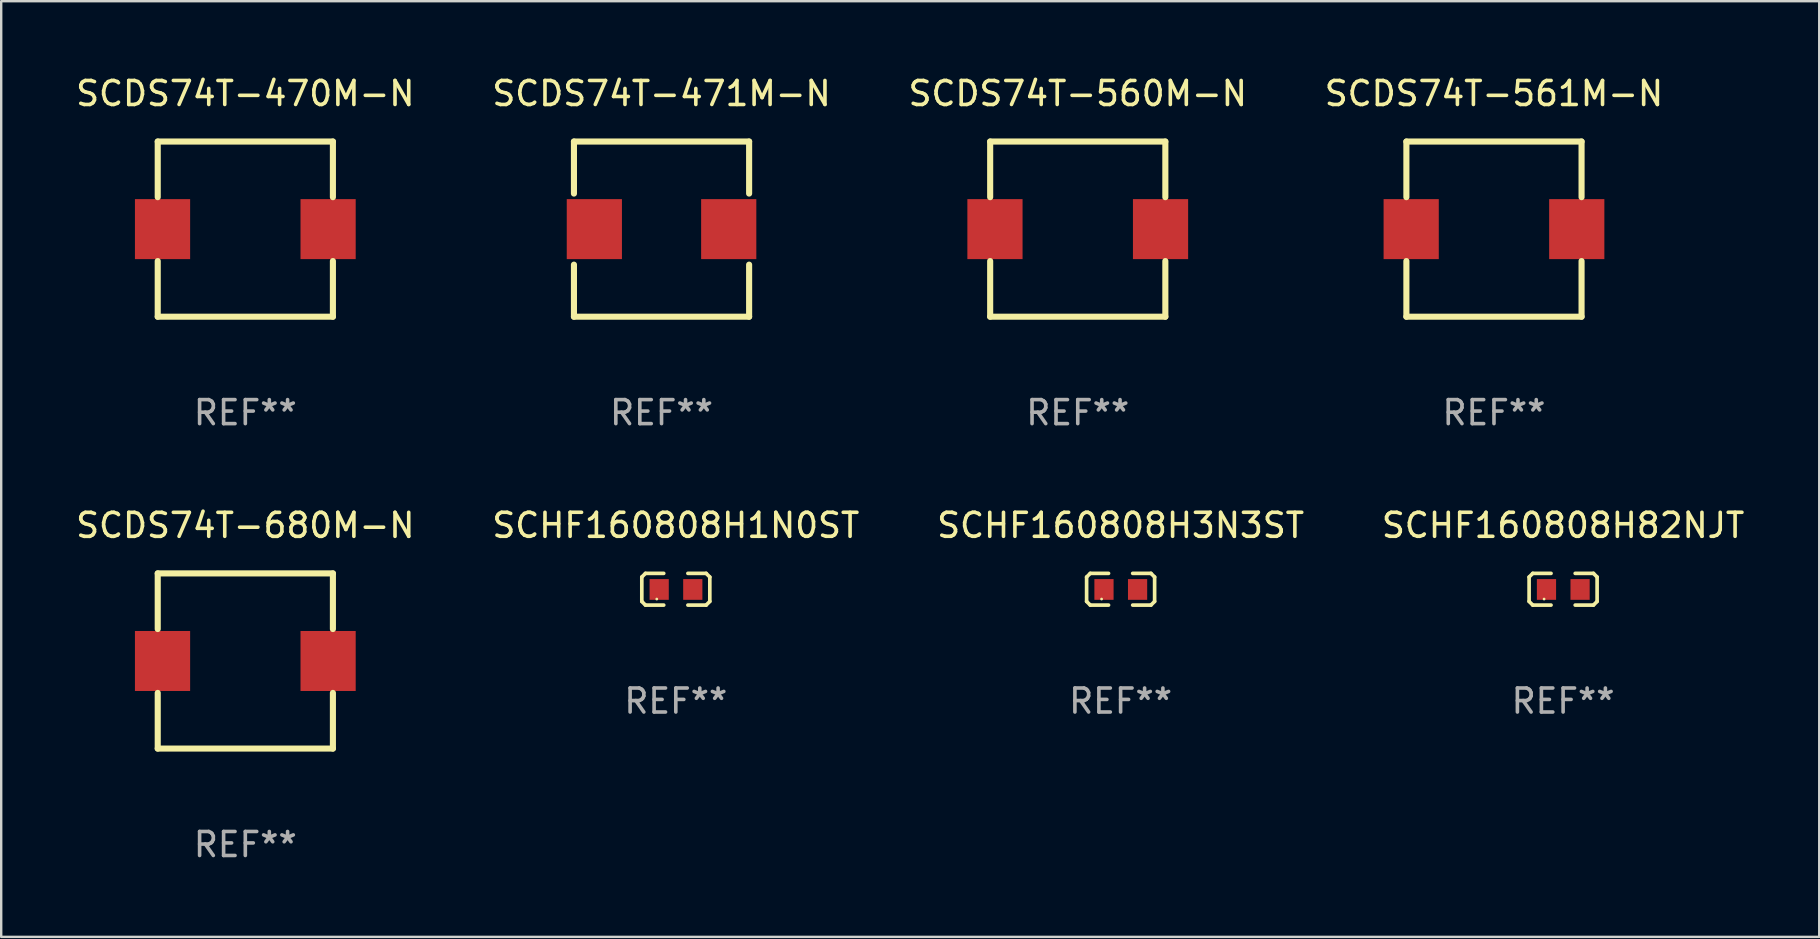
<source format=kicad_pcb>
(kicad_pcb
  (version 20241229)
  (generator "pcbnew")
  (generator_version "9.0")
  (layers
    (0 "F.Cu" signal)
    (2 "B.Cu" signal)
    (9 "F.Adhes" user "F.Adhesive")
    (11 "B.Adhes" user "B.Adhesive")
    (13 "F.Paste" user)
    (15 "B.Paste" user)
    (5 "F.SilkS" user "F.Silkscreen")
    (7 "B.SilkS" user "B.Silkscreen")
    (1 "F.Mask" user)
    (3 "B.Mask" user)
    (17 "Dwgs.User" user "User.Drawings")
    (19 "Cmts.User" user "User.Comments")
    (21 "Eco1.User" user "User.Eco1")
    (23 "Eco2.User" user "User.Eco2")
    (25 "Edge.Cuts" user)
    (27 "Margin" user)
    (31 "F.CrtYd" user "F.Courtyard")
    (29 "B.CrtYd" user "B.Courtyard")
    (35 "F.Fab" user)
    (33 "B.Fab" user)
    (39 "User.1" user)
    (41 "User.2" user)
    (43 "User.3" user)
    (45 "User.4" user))
  (footprint "SCDS74T-470M-N"
    (layer "F.Cu")
    (at 7.173 6.498)
    (property "Reference" "SCDS74T-470M-N" (at 0 -5.65 0) (layer "F.SilkS") (effects (font (size 1 1) (thickness 0.15))))
    (attr through_hole)
    (fp_line (start -3.65 -3.65) (end 3.65 -3.65) (stroke (width 0.254) (type solid)) (layer "F.SilkS"))
    (fp_line (start -3.65 -1.331) (end -3.65 -3.65) (stroke (width 0.254) (type solid)) (layer "F.SilkS"))
    (fp_line (start -3.65 3.65) (end -3.65 1.331) (stroke (width 0.254) (type solid)) (layer "F.SilkS"))
    (fp_line (start 3.65 -3.65) (end 3.65 -1.331) (stroke (width 0.254) (type solid)) (layer "F.SilkS"))
    (fp_line (start 3.65 1.331) (end 3.65 3.65) (stroke (width 0.254) (type solid)) (layer "F.SilkS"))
    (fp_line (start 3.65 3.65) (end -3.65 3.65) (stroke (width 0.254) (type solid)) (layer "F.SilkS"))
    (fp_circle (center -3.65 3.65) (end -3.62 3.65) (stroke (width 0.06) (type solid)) (fill no) (layer "F.SilkS"))
    (fp_text user "REF**" (at 0 7.65 0) (layer "F.Fab") (effects (font (size 1 1) (thickness 0.15))))
    (pad "1" smd rect (at -3.45 0) (size 2.3 2.5) (layers "F.Cu" "F.Mask" "F.Paste"))
    (pad "2" smd rect (at 3.45 0) (size 2.3 2.5) (layers "F.Cu" "F.Mask" "F.Paste")))
  (footprint "SCDS74T-561M-N"
    (layer "F.Cu")
    (at 59.208 6.498)
    (property "Reference" "SCDS74T-561M-N" (at 0 -5.65 0) (layer "F.SilkS") (effects (font (size 1 1) (thickness 0.15))))
    (attr through_hole)
    (fp_line (start -3.65 -3.65) (end 3.65 -3.65) (stroke (width 0.254) (type solid)) (layer "F.SilkS"))
    (fp_line (start -3.65 -1.331) (end -3.65 -3.65) (stroke (width 0.254) (type solid)) (layer "F.SilkS"))
    (fp_line (start -3.65 3.65) (end -3.65 1.331) (stroke (width 0.254) (type solid)) (layer "F.SilkS"))
    (fp_line (start 3.65 -3.65) (end 3.65 -1.331) (stroke (width 0.254) (type solid)) (layer "F.SilkS"))
    (fp_line (start 3.65 1.331) (end 3.65 3.65) (stroke (width 0.254) (type solid)) (layer "F.SilkS"))
    (fp_line (start 3.65 3.65) (end -3.65 3.65) (stroke (width 0.254) (type solid)) (layer "F.SilkS"))
    (fp_circle (center -3.65 3.65) (end -3.62 3.65) (stroke (width 0.06) (type solid)) (fill no) (layer "F.SilkS"))
    (fp_text user "REF**" (at 0 7.65 0) (layer "F.Fab") (effects (font (size 1 1) (thickness 0.15))))
    (pad "1" smd rect (at -3.45 0) (size 2.3 2.5) (layers "F.Cu" "F.Mask" "F.Paste"))
    (pad "2" smd rect (at 3.45 0) (size 2.3 2.5) (layers "F.Cu" "F.Mask" "F.Paste")))
  (footprint "SCHF160808H1N0ST"
    (layer "F.Cu")
    (at 25.113 21.505)
    (property "Reference" "SCHF160808H1N0ST" (at 0 -2.661 0) (layer "F.SilkS") (effects (font (size 1 1) (thickness 0.15))))
    (attr through_hole)
    (fp_line (start -1.417 -0.508) (end -1.265 -0.661) (stroke (width 0.152) (type solid)) (layer "F.SilkS"))
    (fp_line (start -1.417 0.508) (end -1.417 -0.508) (stroke (width 0.152) (type solid)) (layer "F.SilkS"))
    (fp_line (start -1.265 -0.661) (end -0.503 -0.661) (stroke (width 0.152) (type solid)) (layer "F.SilkS"))
    (fp_line (start -1.265 0.661) (end -1.417 0.508) (stroke (width 0.152) (type solid)) (layer "F.SilkS"))
    (fp_line (start -1.265 0.661) (end -0.503 0.661) (stroke (width 0.152) (type solid)) (layer "F.SilkS"))
    (fp_line (start 1.265 -0.661) (end 0.503 -0.661) (stroke (width 0.152) (type solid)) (layer "F.SilkS"))
    (fp_line (start 1.265 -0.661) (end 1.417 -0.508) (stroke (width 0.152) (type solid)) (layer "F.SilkS"))
    (fp_line (start 1.265 0.661) (end 0.503 0.661) (stroke (width 0.152) (type solid)) (layer "F.SilkS"))
    (fp_line (start 1.417 -0.508) (end 1.417 0.508) (stroke (width 0.152) (type solid)) (layer "F.SilkS"))
    (fp_line (start 1.417 0.508) (end 1.265 0.661) (stroke (width 0.152) (type solid)) (layer "F.SilkS"))
    (fp_circle (center -0.793 0.409) (end -0.763 0.409) (stroke (width 0.06) (type solid)) (fill no) (layer "F.SilkS"))
    (fp_text user "REF**" (at 0 4.661 0) (layer "F.Fab") (effects (font (size 1 1) (thickness 0.15))))
    (pad "1" smd rect (at -0.693 0.009 180) (size 0.8 0.864) (layers "F.Cu" "F.Mask" "F.Paste"))
    (pad "2" smd rect (at 0.707 0.009 180) (size 0.8 0.864) (layers "F.Cu" "F.Mask" "F.Paste")))
  (footprint "SCDS74T-471M-N"
    (layer "F.Cu")
    (at 24.518 6.498)
    (property "Reference" "SCDS74T-471M-N" (at 0 -5.65 0) (layer "F.SilkS") (effects (font (size 1 1) (thickness 0.15))))
    (attr through_hole)
    (fp_line (start -3.65 -3.65) (end -3.65 -1.481) (stroke (width 0.254) (type solid)) (layer "F.SilkS"))
    (fp_line (start -3.65 -3.65) (end 3.65 -3.65) (stroke (width 0.254) (type solid)) (layer "F.SilkS"))
    (fp_line (start -3.65 1.481) (end -3.65 3.65) (stroke (width 0.254) (type solid)) (layer "F.SilkS"))
    (fp_line (start 3.65 -3.65) (end 3.65 -1.481) (stroke (width 0.254) (type solid)) (layer "F.SilkS"))
    (fp_line (start 3.65 1.481) (end 3.65 3.65) (stroke (width 0.254) (type solid)) (layer "F.SilkS"))
    (fp_line (start 3.65 3.65) (end -3.65 3.65) (stroke (width 0.254) (type solid)) (layer "F.SilkS"))
    (fp_circle (center -3.65 3.65) (end -3.62 3.65) (stroke (width 0.06) (type solid)) (fill no) (layer "F.SilkS"))
    (fp_text user "REF**" (at 0 7.65 0) (layer "F.Fab") (effects (font (size 1 1) (thickness 0.15))))
    (pad "1" smd rect (at -2.8 0.000127) (size 2.3 2.5) (layers "F.Cu" "F.Mask" "F.Paste"))
    (pad "2" smd rect (at 2.8 0.000127) (size 2.3 2.5) (layers "F.Cu" "F.Mask" "F.Paste")))
  (footprint "SCHF160808H82NJT"
    (layer "F.Cu")
    (at 62.089 21.505)
    (property "Reference" "SCHF160808H82NJT" (at 0 -2.661 0) (layer "F.SilkS") (effects (font (size 1 1) (thickness 0.15))))
    (attr through_hole)
    (fp_line (start -1.417 -0.508) (end -1.265 -0.661) (stroke (width 0.152) (type solid)) (layer "F.SilkS"))
    (fp_line (start -1.417 0.508) (end -1.417 -0.508) (stroke (width 0.152) (type solid)) (layer "F.SilkS"))
    (fp_line (start -1.265 -0.661) (end -0.503 -0.661) (stroke (width 0.152) (type solid)) (layer "F.SilkS"))
    (fp_line (start -1.265 0.661) (end -1.417 0.508) (stroke (width 0.152) (type solid)) (layer "F.SilkS"))
    (fp_line (start -1.265 0.661) (end -0.503 0.661) (stroke (width 0.152) (type solid)) (layer "F.SilkS"))
    (fp_line (start 1.265 -0.661) (end 0.503 -0.661) (stroke (width 0.152) (type solid)) (layer "F.SilkS"))
    (fp_line (start 1.265 -0.661) (end 1.417 -0.508) (stroke (width 0.152) (type solid)) (layer "F.SilkS"))
    (fp_line (start 1.265 0.661) (end 0.503 0.661) (stroke (width 0.152) (type solid)) (layer "F.SilkS"))
    (fp_line (start 1.417 -0.508) (end 1.417 0.508) (stroke (width 0.152) (type solid)) (layer "F.SilkS"))
    (fp_line (start 1.417 0.508) (end 1.265 0.661) (stroke (width 0.152) (type solid)) (layer "F.SilkS"))
    (fp_circle (center -0.793 0.409) (end -0.763 0.409) (stroke (width 0.06) (type solid)) (fill no) (layer "F.SilkS"))
    (fp_text user "REF**" (at 0 4.661 0) (layer "F.Fab") (effects (font (size 1 1) (thickness 0.15))))
    (pad "1" smd rect (at -0.693 0.009 180) (size 0.8 0.864) (layers "F.Cu" "F.Mask" "F.Paste"))
    (pad "2" smd rect (at 0.707 0.009 180) (size 0.8 0.864) (layers "F.Cu" "F.Mask" "F.Paste")))
  (footprint "SCHF160808H3N3ST"
    (layer "F.Cu")
    (at 43.649 21.505)
    (property "Reference" "SCHF160808H3N3ST" (at 0 -2.661 0) (layer "F.SilkS") (effects (font (size 1 1) (thickness 0.15))))
    (attr through_hole)
    (fp_line (start -1.417 -0.508) (end -1.265 -0.661) (stroke (width 0.152) (type solid)) (layer "F.SilkS"))
    (fp_line (start -1.417 0.508) (end -1.417 -0.508) (stroke (width 0.152) (type solid)) (layer "F.SilkS"))
    (fp_line (start -1.265 -0.661) (end -0.503 -0.661) (stroke (width 0.152) (type solid)) (layer "F.SilkS"))
    (fp_line (start -1.265 0.661) (end -1.417 0.508) (stroke (width 0.152) (type solid)) (layer "F.SilkS"))
    (fp_line (start -1.265 0.661) (end -0.503 0.661) (stroke (width 0.152) (type solid)) (layer "F.SilkS"))
    (fp_line (start 1.265 -0.661) (end 0.503 -0.661) (stroke (width 0.152) (type solid)) (layer "F.SilkS"))
    (fp_line (start 1.265 -0.661) (end 1.417 -0.508) (stroke (width 0.152) (type solid)) (layer "F.SilkS"))
    (fp_line (start 1.265 0.661) (end 0.503 0.661) (stroke (width 0.152) (type solid)) (layer "F.SilkS"))
    (fp_line (start 1.417 -0.508) (end 1.417 0.508) (stroke (width 0.152) (type solid)) (layer "F.SilkS"))
    (fp_line (start 1.417 0.508) (end 1.265 0.661) (stroke (width 0.152) (type solid)) (layer "F.SilkS"))
    (fp_circle (center -0.793 0.409) (end -0.763 0.409) (stroke (width 0.06) (type solid)) (fill no) (layer "F.SilkS"))
    (fp_text user "REF**" (at 0 4.661 0) (layer "F.Fab") (effects (font (size 1 1) (thickness 0.15))))
    (pad "1" smd rect (at -0.693 0.009 180) (size 0.8 0.864) (layers "F.Cu" "F.Mask" "F.Paste"))
    (pad "2" smd rect (at 0.707 0.009 180) (size 0.8 0.864) (layers "F.Cu" "F.Mask" "F.Paste")))
  (footprint "SCDS74T-560M-N"
    (layer "F.Cu")
    (at 41.863 6.498)
    (property "Reference" "SCDS74T-560M-N" (at 0 -5.65 0) (layer "F.SilkS") (effects (font (size 1 1) (thickness 0.15))))
    (attr through_hole)
    (fp_line (start -3.65 -3.65) (end 3.65 -3.65) (stroke (width 0.254) (type solid)) (layer "F.SilkS"))
    (fp_line (start -3.65 -1.331) (end -3.65 -3.65) (stroke (width 0.254) (type solid)) (layer "F.SilkS"))
    (fp_line (start -3.65 3.65) (end -3.65 1.331) (stroke (width 0.254) (type solid)) (layer "F.SilkS"))
    (fp_line (start 3.65 -3.65) (end 3.65 -1.331) (stroke (width 0.254) (type solid)) (layer "F.SilkS"))
    (fp_line (start 3.65 1.331) (end 3.65 3.65) (stroke (width 0.254) (type solid)) (layer "F.SilkS"))
    (fp_line (start 3.65 3.65) (end -3.65 3.65) (stroke (width 0.254) (type solid)) (layer "F.SilkS"))
    (fp_circle (center -3.65 3.65) (end -3.62 3.65) (stroke (width 0.06) (type solid)) (fill no) (layer "F.SilkS"))
    (fp_text user "REF**" (at 0 7.65 0) (layer "F.Fab") (effects (font (size 1 1) (thickness 0.15))))
    (pad "1" smd rect (at -3.45 0) (size 2.3 2.5) (layers "F.Cu" "F.Mask" "F.Paste"))
    (pad "2" smd rect (at 3.45 0) (size 2.3 2.5) (layers "F.Cu" "F.Mask" "F.Paste")))
  (footprint "SCDS74T-680M-N"
    (layer "F.Cu")
    (at 7.173 24.495)
    (property "Reference" "SCDS74T-680M-N" (at 0 -5.65 0) (layer "F.SilkS") (effects (font (size 1 1) (thickness 0.15))))
    (attr through_hole)
    (fp_line (start -3.65 -3.65) (end 3.65 -3.65) (stroke (width 0.254) (type solid)) (layer "F.SilkS"))
    (fp_line (start -3.65 -1.331) (end -3.65 -3.65) (stroke (width 0.254) (type solid)) (layer "F.SilkS"))
    (fp_line (start -3.65 3.65) (end -3.65 1.331) (stroke (width 0.254) (type solid)) (layer "F.SilkS"))
    (fp_line (start 3.65 -3.65) (end 3.65 -1.331) (stroke (width 0.254) (type solid)) (layer "F.SilkS"))
    (fp_line (start 3.65 1.331) (end 3.65 3.65) (stroke (width 0.254) (type solid)) (layer "F.SilkS"))
    (fp_line (start 3.65 3.65) (end -3.65 3.65) (stroke (width 0.254) (type solid)) (layer "F.SilkS"))
    (fp_circle (center -3.65 3.65) (end -3.62 3.65) (stroke (width 0.06) (type solid)) (fill no) (layer "F.SilkS"))
    (fp_text user "REF**" (at 0 7.65 0) (layer "F.Fab") (effects (font (size 1 1) (thickness 0.15))))
    (pad "1" smd rect (at -3.45 0) (size 2.3 2.5) (layers "F.Cu" "F.Mask" "F.Paste"))
    (pad "2" smd rect (at 3.45 0) (size 2.3 2.5) (layers "F.Cu" "F.Mask" "F.Paste")))
  (gr_rect
    (start -3 -3)
    (end 72.762 35.993)
    (stroke (width 0.1) (type default))
    (fill no)
    (layer "Edge.Cuts")))
</source>
